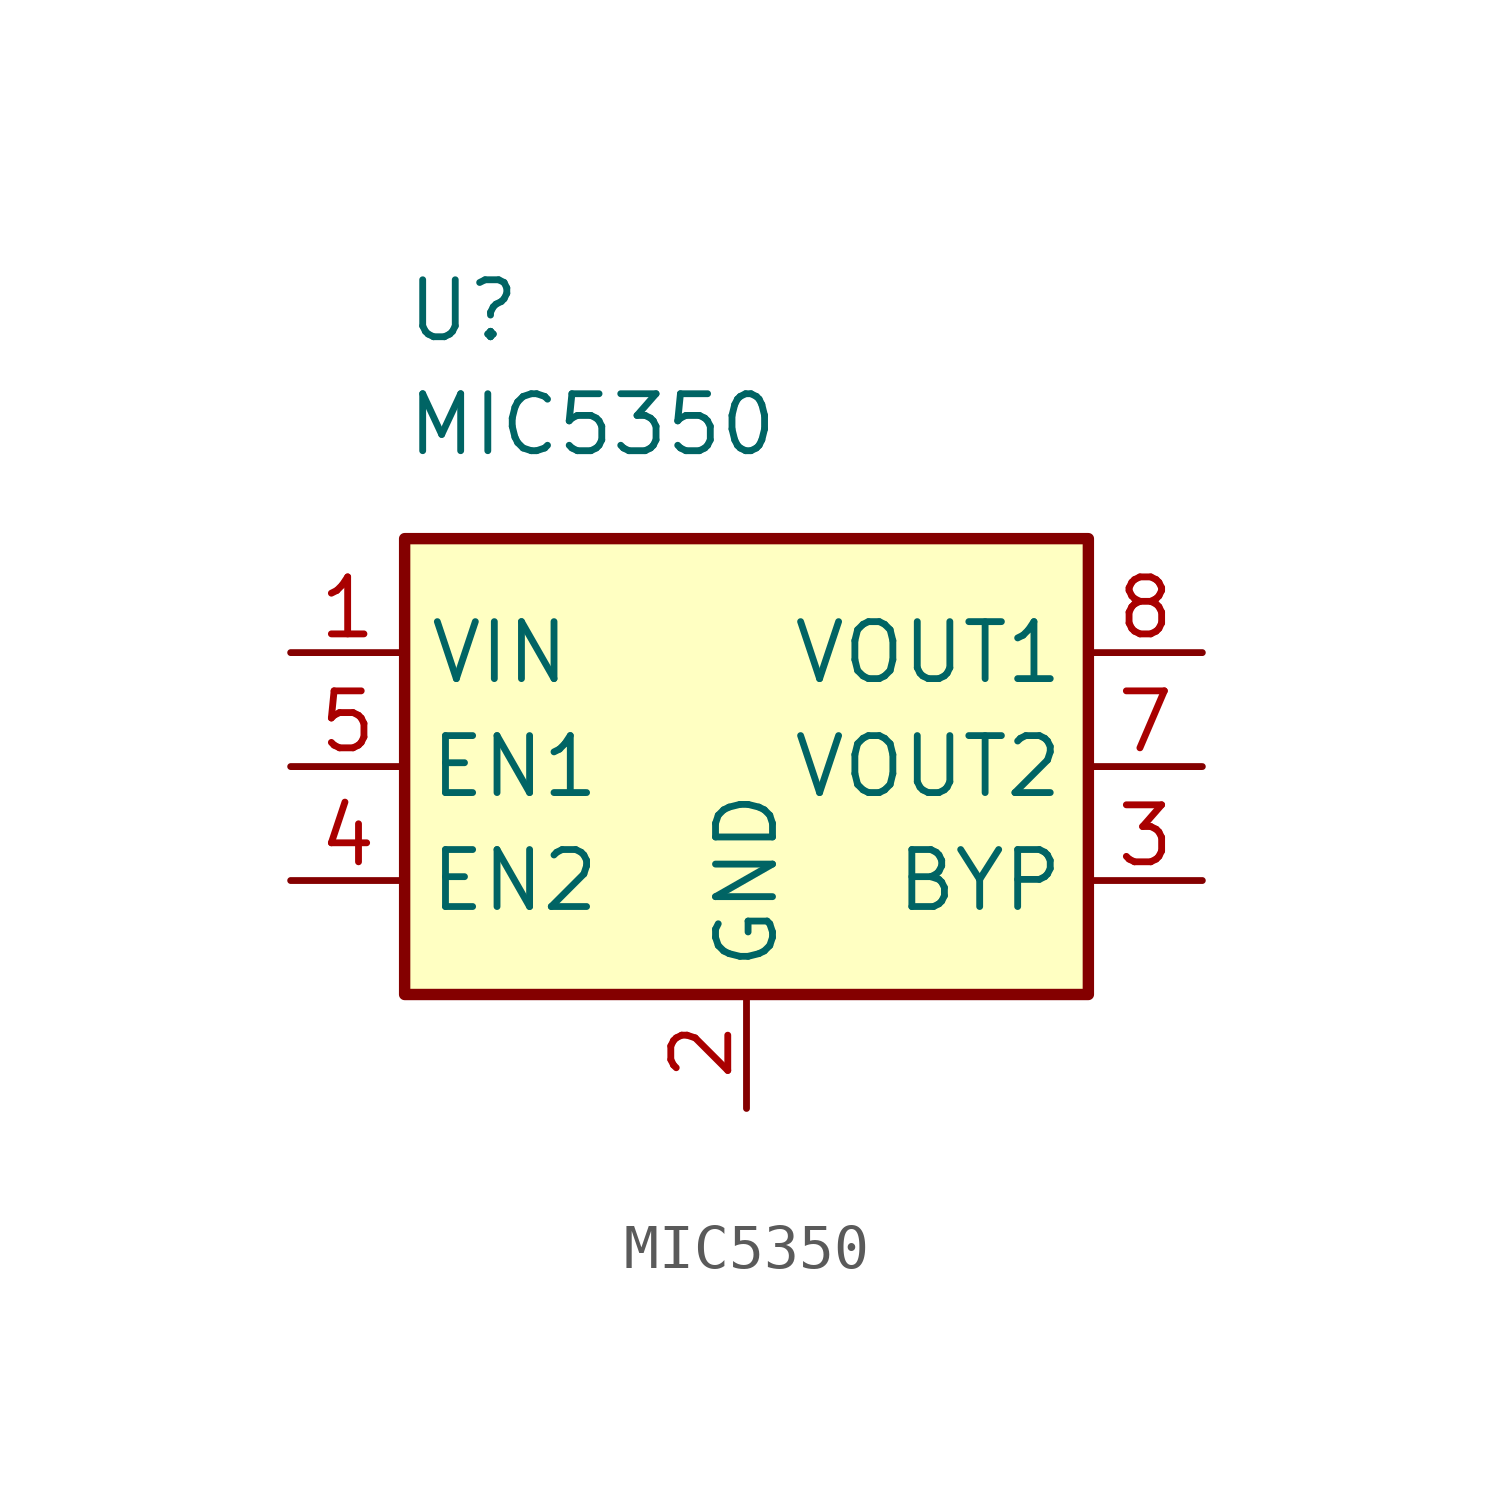
<source format=kicad_sym>
(kicad_symbol_lib
  (version 20241209)
  (generator "kicad_symbol_editor")
  (generator_version "9.0")
  (symbol "MIC5350"
    (property "Reference" "U"
      (at -7.62 10.16 0)
      (effects (font (size 1.27 1.27)) (justify left)))
    (property "Value" "MIC5350"
      (at -7.62 7.62 0)
      (effects (font (size 1.27 1.27)) (justify left)))
    (symbol "MIC5350_0_1"
      (pin power_in line (at 0 -7.62 90) (length 2.54) (name "GND" (effects (font (size 1.27 1.27)))) (number "2" (effects (font (size 1.27 1.27))))))
    (symbol "MIC5350_1_1"
      (rectangle (start -7.62 5.08) (end 7.62 -5.08) (stroke (width 0.254) (type default)) (fill (type background)))
      (pin power_in line (at -10.16 2.54 0) (length 2.54) (name "VIN" (effects (font (size 1.27 1.27)))) (number "1" (effects (font (size 1.27 1.27)))))
      (pin input line (at -10.16 0 0) (length 2.54) (name "EN1" (effects (font (size 1.27 1.27)))) (number "5" (effects (font (size 1.27 1.27)))))
      (pin input line (at -10.16 -2.54 0) (length 2.54) (name "EN2" (effects (font (size 1.27 1.27)))) (number "4" (effects (font (size 1.27 1.27)))))
      (pin no_connect line (at 0 5.08 270) (length 2.54) (hide yes) (name "NC" (effects (font (size 1.27 1.27)))) (number "6" (effects (font (size 1.27 1.27)))))
      (pin passive line (at 0 -7.62 90) (length 2.54) (hide yes) (name "GND" (effects (font (size 1.27 1.27)))) (number "9" (effects (font (size 1.27 1.27)))))
      (pin power_out line (at 10.16 2.54 180) (length 2.54) (name "VOUT1" (effects (font (size 1.27 1.27)))) (number "8" (effects (font (size 1.27 1.27)))))
      (pin power_out line (at 10.16 0 180) (length 2.54) (name "VOUT2" (effects (font (size 1.27 1.27)))) (number "7" (effects (font (size 1.27 1.27)))))
      (pin passive line (at 10.16 -2.54 180) (length 2.54) (name "BYP" (effects (font (size 1.27 1.27)))) (number "3" (effects (font (size 1.27 1.27))))))))
</source>
